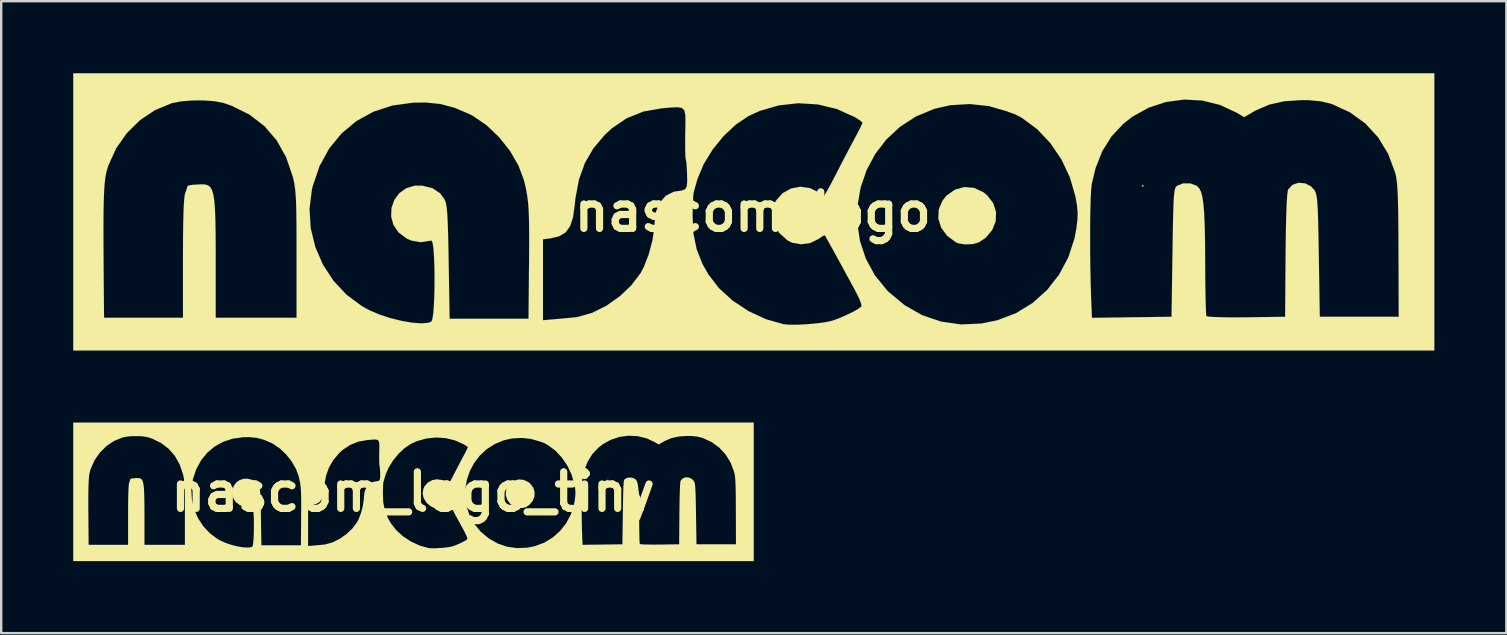
<source format=kicad_pcb>
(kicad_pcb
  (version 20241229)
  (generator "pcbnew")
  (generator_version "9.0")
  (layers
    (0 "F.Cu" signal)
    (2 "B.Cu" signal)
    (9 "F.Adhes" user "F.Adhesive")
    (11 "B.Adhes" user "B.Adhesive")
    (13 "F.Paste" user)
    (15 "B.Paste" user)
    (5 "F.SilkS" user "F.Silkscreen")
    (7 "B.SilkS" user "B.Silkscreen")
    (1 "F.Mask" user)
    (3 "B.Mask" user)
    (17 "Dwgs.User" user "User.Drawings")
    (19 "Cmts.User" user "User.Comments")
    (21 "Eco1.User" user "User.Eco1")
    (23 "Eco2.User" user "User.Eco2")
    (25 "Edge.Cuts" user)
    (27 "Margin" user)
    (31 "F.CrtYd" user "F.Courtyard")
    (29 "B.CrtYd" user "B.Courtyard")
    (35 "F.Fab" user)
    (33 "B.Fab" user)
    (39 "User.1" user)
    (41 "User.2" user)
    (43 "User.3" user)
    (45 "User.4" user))
  (footprint "nascom_logo"
    (layer "F.Cu")
    (at 28.316 5.777)
    (property "Reference" "nascom_logo" (at 0 0 0) (layer "F.SilkS") (effects (font (size 1.524 1.524) (thickness 0.3))))
    (attr through_hole)
    (fp_poly (pts (xy 16.283 -1.083) (xy 16.243 -1.043) (xy 16.203 -1.083) (xy 16.243 -1.123) (xy 16.283 -1.083)) (stroke (width 0.003) (type solid)) (fill yes) (layer "F.SilkS"))
    (fp_poly (pts (xy 9.225 -0.996) (xy 9.61 -0.814) (xy 9.756 -0.697) (xy 10.015 -0.364) (xy 10.134 0.009) (xy 10.119 0.393) (xy 9.973 0.758) (xy 9.704 1.077) (xy 9.41 1.274) (xy 9.161 1.343) (xy 8.853 1.356) (xy 8.569 1.313) (xy 8.462 1.27) (xy 8.091 0.992) (xy 7.845 0.652) (xy 7.729 0.276) (xy 7.749 -0.109) (xy 7.909 -0.477) (xy 8.073 -0.678) (xy 8.426 -0.927) (xy 8.82 -1.034) (xy 9.225 -0.996)) (stroke (width 0.003) (type solid)) (fill yes) (layer "F.SilkS"))
    (fp_poly (pts (xy 28.395 5.775) (xy -28.314 5.775) (xy -28.314 0.541) (xy -27.056 0.541) (xy -27.055 1.226) (xy -27.051 2.043) (xy -27.045 2.827) (xy -27.031 4.412) (xy -23.742 4.412) (xy -23.742 1.93) (xy -23.74 1.105) (xy -23.731 0.434) (xy -23.717 -0.086) (xy -23.696 -0.461) (xy -23.67 -0.697) (xy -23.649 -0.777) (xy -23.586 -0.951) (xy -23.564 -1.049) (xy -23.516 -1.096) (xy -23.339 -1.127) (xy -23.018 -1.145) (xy -23.001 -1.146) (xy -22.847 -1.143) (xy -22.721 -1.115) (xy -22.62 -1.047) (xy -22.541 -0.925) (xy -22.481 -0.735) (xy -22.438 -0.463) (xy -22.409 -0.094) (xy -22.391 0.386) (xy -22.382 0.992) (xy -22.379 1.737) (xy -22.379 2.137) (xy -22.379 4.412) (xy -19.01 4.412) (xy -19.01 1.777) (xy -19.011 1.039) (xy -19.014 0.44) (xy -19.021 -0.039) (xy -19.023 -0.12) (xy -18.471 -0.12) (xy -18.421 0.681) (xy -18.232 1.46) (xy -17.914 2.195) (xy -17.478 2.865) (xy -16.932 3.45) (xy -16.288 3.928) (xy -15.997 4.089) (xy -15.578 4.27) (xy -15.117 4.423) (xy -14.647 4.54) (xy -14.203 4.617) (xy -13.816 4.646) (xy -13.522 4.622) (xy -13.395 4.574) (xy -13.351 4.472) (xy -13.316 4.245) (xy -13.289 3.922) (xy -13.271 3.53) (xy -13.261 3.097) (xy -13.26 2.651) (xy -13.268 2.219) (xy -13.284 1.831) (xy -13.309 1.512) (xy -13.342 1.292) (xy -13.385 1.198) (xy -13.395 1.197) (xy -13.835 1.264) (xy -14.229 1.196) (xy -14.429 1.106) (xy -14.763 0.854) (xy -14.974 0.542) (xy -15.068 0.196) (xy -15.054 -0.157) (xy -14.94 -0.489) (xy -14.734 -0.774) (xy -14.444 -0.983) (xy -14.077 -1.092) (xy -13.78 -1.092) (xy -13.349 -0.987) (xy -13.029 -0.773) (xy -12.85 -0.53) (xy -12.809 -0.437) (xy -12.777 -0.31) (xy -12.75 -0.13) (xy -12.729 0.12) (xy -12.712 0.461) (xy -12.697 0.91) (xy -12.684 1.485) (xy -12.673 2.085) (xy -12.633 4.452) (xy -9.345 4.452) (xy -9.323 2.092) (xy -9.318 1.364) (xy -9.318 1.144) (xy -8.743 1.144) (xy -8.743 4.516) (xy -8.081 4.458) (xy -7.759 4.429) (xy -7.49 4.403) (xy -7.322 4.384) (xy -7.299 4.381) (xy -6.707 4.213) (xy -6.112 3.919) (xy -5.551 3.526) (xy -5.061 3.062) (xy -4.677 2.554) (xy -4.547 2.312) (xy -4.335 1.769) (xy -4.18 1.184) (xy -4.099 0.628) (xy -4.092 0.438) (xy -4.056 0.16) (xy -2.511 0.16) (xy -2.476 0.899) (xy -2.344 1.551) (xy -2.1 2.168) (xy -1.863 2.591) (xy -1.415 3.176) (xy -0.842 3.699) (xy -0.176 4.139) (xy 0.552 4.475) (xy 1.283 4.682) (xy 1.528 4.704) (xy 1.879 4.702) (xy 2.284 4.681) (xy 2.691 4.644) (xy 3.048 4.595) (xy 3.297 4.54) (xy 3.574 4.441) (xy 3.878 4.311) (xy 4.165 4.172) (xy 4.393 4.043) (xy 4.52 3.947) (xy 4.528 3.936) (xy 4.516 3.833) (xy 4.44 3.632) (xy 4.317 3.375) (xy 4.305 3.353) (xy 4.164 3.091) (xy 3.986 2.764) (xy 3.788 2.4) (xy 3.584 2.027) (xy 3.39 1.673) (xy 3.22 1.365) (xy 3.089 1.13) (xy 3.014 0.996) (xy 3.001 0.976) (xy 2.931 1) (xy 2.782 1.096) (xy 2.739 1.127) (xy 2.394 1.296) (xy 2.01 1.35) (xy 1.64 1.286) (xy 1.446 1.188) (xy 1.1 0.877) (xy 0.883 0.515) (xy 0.876 0.478) (xy 4.352 0.478) (xy 4.467 1.228) (xy 4.71 1.956) (xy 5.086 2.645) (xy 5.599 3.277) (xy 5.649 3.328) (xy 6.321 3.888) (xy 7.057 4.305) (xy 7.843 4.573) (xy 8.669 4.691) (xy 9.52 4.654) (xy 10.187 4.518) (xy 10.955 4.227) (xy 11.649 3.803) (xy 12.254 3.263) (xy 12.758 2.622) (xy 13.147 1.895) (xy 13.406 1.1) (xy 13.413 1.061) (xy 14.052 1.061) (xy 14.054 1.714) (xy 14.063 2.379) (xy 14.077 3.031) (xy 14.097 3.645) (xy 14.1 3.711) (xy 14.129 4.415) (xy 17.446 4.371) (xy 17.486 1.698) (xy 17.497 0.971) (xy 17.508 0.388) (xy 17.519 -0.069) (xy 17.532 -0.415) (xy 17.548 -0.667) (xy 17.567 -0.842) (xy 17.592 -0.958) (xy 17.624 -1.029) (xy 17.662 -1.074) (xy 17.682 -1.089) (xy 17.933 -1.187) (xy 18.229 -1.186) (xy 18.489 -1.087) (xy 18.522 -1.063) (xy 18.607 -0.966) (xy 18.677 -0.821) (xy 18.732 -0.611) (xy 18.774 -0.322) (xy 18.805 0.063) (xy 18.826 0.558) (xy 18.84 1.18) (xy 18.846 1.943) (xy 18.847 2.134) (xy 18.85 2.705) (xy 18.856 3.225) (xy 18.865 3.67) (xy 18.875 4.02) (xy 18.886 4.252) (xy 18.898 4.344) (xy 18.988 4.365) (xy 19.213 4.381) (xy 19.55 4.392) (xy 19.972 4.397) (xy 20.456 4.395) (xy 20.56 4.394) (xy 22.178 4.371) (xy 22.198 1.805) (xy 22.207 0.958) (xy 22.221 0.264) (xy 22.24 -0.275) (xy 22.263 -0.657) (xy 22.291 -0.88) (xy 22.307 -0.934) (xy 22.487 -1.127) (xy 22.737 -1.211) (xy 23.012 -1.187) (xy 23.264 -1.056) (xy 23.401 -0.904) (xy 23.441 -0.828) (xy 23.473 -0.724) (xy 23.5 -0.573) (xy 23.521 -0.359) (xy 23.538 -0.063) (xy 23.552 0.333) (xy 23.564 0.845) (xy 23.576 1.492) (xy 23.582 1.841) (xy 23.622 4.371) (xy 26.911 4.371) (xy 26.902 1.604) (xy 26.899 0.83) (xy 26.893 0.198) (xy 26.884 -0.309) (xy 26.872 -0.711) (xy 26.854 -1.026) (xy 26.832 -1.27) (xy 26.803 -1.464) (xy 26.767 -1.624) (xy 26.761 -1.644) (xy 26.469 -2.424) (xy 26.053 -3.106) (xy 25.522 -3.683) (xy 24.883 -4.146) (xy 24.145 -4.486) (xy 24.08 -4.508) (xy 23.676 -4.606) (xy 23.193 -4.652) (xy 22.878 -4.658) (xy 22.147 -4.611) (xy 21.517 -4.47) (xy 20.951 -4.226) (xy 20.852 -4.17) (xy 20.473 -3.946) (xy 20.163 -4.131) (xy 19.465 -4.457) (xy 18.725 -4.639) (xy 17.967 -4.679) (xy 17.214 -4.578) (xy 16.489 -4.341) (xy 15.816 -3.967) (xy 15.446 -3.679) (xy 14.946 -3.147) (xy 14.559 -2.53) (xy 14.276 -1.81) (xy 14.121 -1.163) (xy 14.097 -0.94) (xy 14.077 -0.581) (xy 14.063 -0.112) (xy 14.055 0.444) (xy 14.052 1.061) (xy 13.413 1.061) (xy 13.477 0.718) (xy 13.525 0.335) (xy 13.535 0.03) (xy 13.507 -0.274) (xy 13.441 -0.646) (xy 13.211 -1.439) (xy 12.858 -2.186) (xy 12.399 -2.862) (xy 11.852 -3.442) (xy 11.235 -3.901) (xy 11.087 -3.985) (xy 10.928 -4.064) (xy 10.847 -4.097) (xy 10.735 -4.134) (xy 10.588 -4.19) (xy 9.833 -4.409) (xy 9.03 -4.494) (xy 8.223 -4.444) (xy 7.558 -4.292) (xy 6.796 -3.975) (xy 6.129 -3.543) (xy 5.561 -3.015) (xy 5.096 -2.408) (xy 4.739 -1.738) (xy 4.493 -1.022) (xy 4.362 -0.278) (xy 4.352 0.478) (xy 0.876 0.478) (xy 0.803 0.127) (xy 0.865 -0.261) (xy 0.962 -0.462) (xy 1.238 -0.775) (xy 1.593 -0.973) (xy 1.989 -1.046) (xy 2.387 -0.988) (xy 2.671 -0.848) (xy 2.957 -0.654) (xy 3.067 -0.828) (xy 3.152 -0.975) (xy 3.285 -1.223) (xy 3.445 -1.53) (xy 3.524 -1.684) (xy 3.733 -2.09) (xy 3.97 -2.542) (xy 4.188 -2.953) (xy 4.222 -3.016) (xy 4.375 -3.306) (xy 4.495 -3.541) (xy 4.563 -3.686) (xy 4.572 -3.714) (xy 4.509 -3.779) (xy 4.347 -3.889) (xy 4.231 -3.958) (xy 3.498 -4.287) (xy 2.711 -4.477) (xy 1.897 -4.527) (xy 1.083 -4.438) (xy 0.293 -4.209) (xy -0.178 -3.994) (xy -0.709 -3.637) (xy -1.218 -3.16) (xy -1.674 -2.599) (xy -2.046 -1.993) (xy -2.304 -1.381) (xy -2.332 -1.283) (xy -2.401 -1.04) (xy -2.454 -0.849) (xy -2.466 -0.802) (xy -2.481 -0.675) (xy -2.495 -0.427) (xy -2.506 -0.098) (xy -2.511 0.16) (xy -4.056 0.16) (xy -4.033 -0.014) (xy -3.87 -0.393) (xy -3.621 -0.674) (xy -3.301 -0.834) (xy -3.174 -0.857) (xy -2.948 -0.888) (xy -2.815 -0.945) (xy -2.75 -1.065) (xy -2.733 -1.281) (xy -2.738 -1.543) (xy -2.751 -1.838) (xy -2.77 -2.071) (xy -2.792 -2.194) (xy -2.793 -2.198) (xy -2.807 -2.302) (xy -2.815 -2.533) (xy -2.818 -2.859) (xy -2.815 -3.246) (xy -2.814 -3.294) (xy -2.805 -3.736) (xy -2.811 -4.04) (xy -2.854 -4.23) (xy -2.955 -4.329) (xy -3.137 -4.361) (xy -3.423 -4.348) (xy -3.791 -4.317) (xy -4.557 -4.182) (xy -5.253 -3.902) (xy -5.879 -3.478) (xy -6.171 -3.207) (xy -6.646 -2.642) (xy -7 -2.031) (xy -7.245 -1.346) (xy -7.393 -0.559) (xy -7.421 -0.281) (xy -7.492 0.228) (xy -7.615 0.601) (xy -7.802 0.857) (xy -8.07 1.018) (xy -8.419 1.101) (xy -8.743 1.144) (xy -9.318 1.144) (xy -9.319 0.773) (xy -9.326 0.294) (xy -9.341 -0.097) (xy -9.367 -0.422) (xy -9.404 -0.707) (xy -9.453 -0.974) (xy -9.517 -1.249) (xy -9.533 -1.313) (xy -9.762 -1.929) (xy -10.118 -2.542) (xy -10.573 -3.115) (xy -11.095 -3.612) (xy -11.657 -3.997) (xy -11.797 -4.07) (xy -12.424 -4.337) (xy -13.014 -4.495) (xy -13.632 -4.558) (xy -14.157 -4.55) (xy -15.02 -4.431) (xy -15.81 -4.173) (xy -16.518 -3.784) (xy -17.134 -3.271) (xy -17.648 -2.644) (xy -18.052 -1.91) (xy -18.336 -1.078) (xy -18.373 -0.922) (xy -18.471 -0.12) (xy -19.023 -0.12) (xy -19.031 -0.419) (xy -19.048 -0.72) (xy -19.07 -0.961) (xy -19.1 -1.165) (xy -19.137 -1.35) (xy -19.165 -1.465) (xy -19.446 -2.281) (xy -19.841 -2.985) (xy -20.35 -3.576) (xy -20.972 -4.054) (xy -21.708 -4.419) (xy -22.058 -4.54) (xy -22.415 -4.61) (xy -22.867 -4.644) (xy -23.356 -4.642) (xy -23.819 -4.605) (xy -24.198 -4.532) (xy -24.213 -4.528) (xy -24.908 -4.24) (xy -25.538 -3.818) (xy -26.084 -3.28) (xy -26.527 -2.647) (xy -26.849 -1.938) (xy -26.912 -1.739) (xy -26.951 -1.579) (xy -26.983 -1.388) (xy -27.009 -1.152) (xy -27.029 -0.856) (xy -27.043 -0.485) (xy -27.052 -0.024) (xy -27.056 0.541) (xy -28.314 0.541) (xy -28.314 -5.775) (xy 28.395 -5.775) (xy 28.395 5.775)) (stroke (width 0.003) (type solid)) (fill yes) (layer "F.SilkS")))
  (footprint "nascom_logo_tiny"
    (layer "F.Cu")
    (at 14.158 17.442)
    (property "Reference" "nascom_logo_tiny" (at 0 0 0) (layer "F.SilkS") (effects (font (size 1.524 1.524) (thickness 0.3))))
    (attr through_hole)
    (fp_poly (pts (xy 8.141 -0.541) (xy 8.121 -0.521) (xy 8.101 -0.541) (xy 8.121 -0.561) (xy 8.141 -0.541)) (stroke (width 0.002) (type solid)) (fill yes) (layer "F.SilkS"))
    (fp_poly (pts (xy 4.612 -0.498) (xy 4.805 -0.407) (xy 4.878 -0.348) (xy 5.008 -0.182) (xy 5.067 0.005) (xy 5.059 0.196) (xy 4.987 0.379) (xy 4.852 0.538) (xy 4.705 0.637) (xy 4.581 0.672) (xy 4.426 0.678) (xy 4.284 0.656) (xy 4.231 0.635) (xy 4.046 0.496) (xy 3.923 0.326) (xy 3.865 0.138) (xy 3.874 -0.055) (xy 3.954 -0.239) (xy 4.037 -0.339) (xy 4.213 -0.464) (xy 4.41 -0.517) (xy 4.612 -0.498)) (stroke (width 0.002) (type solid)) (fill yes) (layer "F.SilkS"))
    (fp_poly (pts (xy 14.197 2.888) (xy -14.157 2.888) (xy -14.157 0.271) (xy -13.528 0.271) (xy -13.528 0.613) (xy -13.525 1.022) (xy -13.522 1.414) (xy -13.515 2.206) (xy -11.871 2.206) (xy -11.871 0.965) (xy -11.87 0.552) (xy -11.866 0.217) (xy -11.858 -0.043) (xy -11.848 -0.231) (xy -11.835 -0.349) (xy -11.825 -0.388) (xy -11.793 -0.475) (xy -11.782 -0.525) (xy -11.758 -0.548) (xy -11.669 -0.563) (xy -11.509 -0.573) (xy -11.5 -0.573) (xy -11.424 -0.572) (xy -11.361 -0.558) (xy -11.31 -0.524) (xy -11.27 -0.463) (xy -11.241 -0.368) (xy -11.219 -0.232) (xy -11.205 -0.047) (xy -11.196 0.193) (xy -11.191 0.496) (xy -11.189 0.868) (xy -11.189 1.068) (xy -11.189 2.206) (xy -9.505 2.206) (xy -9.505 0.889) (xy -9.505 0.519) (xy -9.507 0.22) (xy -9.51 -0.02) (xy -9.511 -0.06) (xy -9.236 -0.06) (xy -9.21 0.341) (xy -9.116 0.73) (xy -8.957 1.097) (xy -8.739 1.432) (xy -8.466 1.725) (xy -8.144 1.964) (xy -7.998 2.044) (xy -7.789 2.135) (xy -7.558 2.211) (xy -7.324 2.27) (xy -7.101 2.309) (xy -6.908 2.323) (xy -6.761 2.311) (xy -6.698 2.287) (xy -6.676 2.236) (xy -6.658 2.123) (xy -6.644 1.961) (xy -6.635 1.765) (xy -6.631 1.548) (xy -6.63 1.325) (xy -6.634 1.11) (xy -6.642 0.915) (xy -6.654 0.756) (xy -6.671 0.646) (xy -6.692 0.599) (xy -6.698 0.598) (xy -6.917 0.632) (xy -7.114 0.598) (xy -7.215 0.553) (xy -7.382 0.427) (xy -7.487 0.271) (xy -7.534 0.098) (xy -7.527 -0.078) (xy -7.47 -0.245) (xy -7.367 -0.387) (xy -7.222 -0.492) (xy -7.039 -0.546) (xy -6.89 -0.546) (xy -6.674 -0.494) (xy -6.514 -0.386) (xy -6.425 -0.265) (xy -6.405 -0.219) (xy -6.388 -0.155) (xy -6.375 -0.065) (xy -6.365 0.06) (xy -6.356 0.23) (xy -6.349 0.455) (xy -6.342 0.742) (xy -6.337 1.043) (xy -6.317 2.226) (xy -4.672 2.226) (xy -4.662 1.046) (xy -4.659 0.682) (xy -4.659 0.572) (xy -4.371 0.572) (xy -4.371 2.258) (xy -4.041 2.229) (xy -3.879 2.215) (xy -3.745 2.201) (xy -3.661 2.192) (xy -3.65 2.19) (xy -3.353 2.106) (xy -3.056 1.959) (xy -2.775 1.763) (xy -2.53 1.531) (xy -2.339 1.277) (xy -2.273 1.156) (xy -2.167 0.884) (xy -2.09 0.592) (xy -2.05 0.314) (xy -2.046 0.219) (xy -2.028 0.08) (xy -1.255 0.08) (xy -1.238 0.449) (xy -1.172 0.776) (xy -1.05 1.084) (xy -0.932 1.296) (xy -0.707 1.588) (xy -0.421 1.85) (xy -0.088 2.069) (xy 0.276 2.238) (xy 0.642 2.341) (xy 0.764 2.352) (xy 0.939 2.351) (xy 1.142 2.34) (xy 1.345 2.322) (xy 1.524 2.297) (xy 1.648 2.27) (xy 1.787 2.22) (xy 1.939 2.156) (xy 2.082 2.086) (xy 2.197 2.022) (xy 2.26 1.973) (xy 2.264 1.968) (xy 2.258 1.916) (xy 2.22 1.816) (xy 2.158 1.688) (xy 2.153 1.677) (xy 2.082 1.545) (xy 1.993 1.382) (xy 1.894 1.2) (xy 1.792 1.014) (xy 1.695 0.836) (xy 1.61 0.682) (xy 1.545 0.565) (xy 1.507 0.498) (xy 1.501 0.488) (xy 1.465 0.5) (xy 1.391 0.548) (xy 1.369 0.564) (xy 1.197 0.648) (xy 1.005 0.675) (xy 0.82 0.643) (xy 0.723 0.594) (xy 0.55 0.439) (xy 0.442 0.257) (xy 0.438 0.239) (xy 2.176 0.239) (xy 2.233 0.614) (xy 2.355 0.978) (xy 2.543 1.322) (xy 2.8 1.638) (xy 2.825 1.664) (xy 3.161 1.944) (xy 3.528 2.152) (xy 3.922 2.287) (xy 4.334 2.345) (xy 4.76 2.327) (xy 5.093 2.259) (xy 5.477 2.114) (xy 5.824 1.902) (xy 6.127 1.631) (xy 6.379 1.311) (xy 6.573 0.948) (xy 6.703 0.55) (xy 6.707 0.53) (xy 7.026 0.53) (xy 7.027 0.857) (xy 7.031 1.19) (xy 7.038 1.516) (xy 7.049 1.823) (xy 7.05 1.856) (xy 7.064 2.207) (xy 8.723 2.186) (xy 8.743 0.849) (xy 8.749 0.485) (xy 8.754 0.194) (xy 8.76 -0.034) (xy 8.766 -0.207) (xy 8.774 -0.333) (xy 8.784 -0.421) (xy 8.796 -0.479) (xy 8.812 -0.515) (xy 8.831 -0.537) (xy 8.841 -0.545) (xy 8.967 -0.594) (xy 9.114 -0.593) (xy 9.244 -0.544) (xy 9.261 -0.531) (xy 9.304 -0.483) (xy 9.338 -0.41) (xy 9.366 -0.306) (xy 9.387 -0.161) (xy 9.403 0.031) (xy 9.413 0.279) (xy 9.42 0.59) (xy 9.423 0.971) (xy 9.423 1.067) (xy 9.425 1.353) (xy 9.428 1.612) (xy 9.432 1.835) (xy 9.437 2.01) (xy 9.443 2.126) (xy 9.449 2.172) (xy 9.494 2.183) (xy 9.607 2.191) (xy 9.775 2.196) (xy 9.986 2.198) (xy 10.228 2.197) (xy 10.28 2.197) (xy 11.089 2.186) (xy 11.099 0.902) (xy 11.104 0.479) (xy 11.111 0.132) (xy 11.12 -0.137) (xy 11.131 -0.328) (xy 11.145 -0.44) (xy 11.153 -0.467) (xy 11.243 -0.564) (xy 11.369 -0.606) (xy 11.506 -0.593) (xy 11.632 -0.528) (xy 11.701 -0.452) (xy 11.72 -0.414) (xy 11.737 -0.362) (xy 11.75 -0.287) (xy 11.76 -0.179) (xy 11.769 -0.031) (xy 11.776 0.166) (xy 11.782 0.422) (xy 11.788 0.746) (xy 11.791 0.921) (xy 11.811 2.186) (xy 13.455 2.186) (xy 13.451 0.802) (xy 13.449 0.415) (xy 13.447 0.099) (xy 13.442 -0.155) (xy 13.436 -0.356) (xy 13.427 -0.513) (xy 13.416 -0.635) (xy 13.401 -0.732) (xy 13.383 -0.812) (xy 13.381 -0.822) (xy 13.235 -1.212) (xy 13.027 -1.553) (xy 12.761 -1.842) (xy 12.441 -2.073) (xy 12.072 -2.243) (xy 12.04 -2.254) (xy 11.838 -2.303) (xy 11.596 -2.326) (xy 11.439 -2.329) (xy 11.074 -2.305) (xy 10.758 -2.235) (xy 10.476 -2.113) (xy 10.426 -2.085) (xy 10.237 -1.973) (xy 10.081 -2.066) (xy 9.732 -2.229) (xy 9.362 -2.319) (xy 8.983 -2.339) (xy 8.607 -2.289) (xy 8.244 -2.17) (xy 7.908 -1.984) (xy 7.723 -1.839) (xy 7.473 -1.574) (xy 7.279 -1.265) (xy 7.138 -0.905) (xy 7.061 -0.582) (xy 7.048 -0.47) (xy 7.039 -0.291) (xy 7.032 -0.056) (xy 7.027 0.222) (xy 7.026 0.53) (xy 6.707 0.53) (xy 6.739 0.359) (xy 6.762 0.167) (xy 6.768 0.015) (xy 6.754 -0.137) (xy 6.72 -0.323) (xy 6.606 -0.719) (xy 6.429 -1.093) (xy 6.199 -1.431) (xy 5.926 -1.721) (xy 5.617 -1.95) (xy 5.544 -1.992) (xy 5.464 -2.032) (xy 5.423 -2.048) (xy 5.367 -2.067) (xy 5.294 -2.095) (xy 4.916 -2.204) (xy 4.515 -2.247) (xy 4.111 -2.222) (xy 3.779 -2.146) (xy 3.398 -1.987) (xy 3.065 -1.772) (xy 2.781 -1.508) (xy 2.548 -1.204) (xy 2.369 -0.869) (xy 2.246 -0.511) (xy 2.181 -0.139) (xy 2.176 0.239) (xy 0.438 0.239) (xy 0.401 0.063) (xy 0.433 -0.131) (xy 0.481 -0.231) (xy 0.619 -0.388) (xy 0.797 -0.486) (xy 0.994 -0.523) (xy 1.194 -0.494) (xy 1.335 -0.424) (xy 1.479 -0.327) (xy 1.534 -0.414) (xy 1.576 -0.488) (xy 1.643 -0.612) (xy 1.722 -0.765) (xy 1.762 -0.842) (xy 1.867 -1.045) (xy 1.985 -1.271) (xy 2.094 -1.476) (xy 2.111 -1.508) (xy 2.188 -1.653) (xy 2.247 -1.77) (xy 2.281 -1.843) (xy 2.286 -1.857) (xy 2.254 -1.889) (xy 2.173 -1.944) (xy 2.116 -1.979) (xy 1.749 -2.143) (xy 1.356 -2.238) (xy 0.949 -2.264) (xy 0.541 -2.219) (xy 0.147 -2.105) (xy -0.089 -1.997) (xy -0.355 -1.819) (xy -0.609 -1.58) (xy -0.837 -1.299) (xy -1.023 -0.996) (xy -1.152 -0.69) (xy -1.166 -0.642) (xy -1.2 -0.52) (xy -1.227 -0.424) (xy -1.233 -0.401) (xy -1.241 -0.337) (xy -1.248 -0.214) (xy -1.253 -0.049) (xy -1.255 0.08) (xy -2.028 0.08) (xy -2.017 -0.007) (xy -1.935 -0.197) (xy -1.81 -0.337) (xy -1.651 -0.417) (xy -1.587 -0.429) (xy -1.474 -0.444) (xy -1.407 -0.473) (xy -1.375 -0.532) (xy -1.367 -0.641) (xy -1.369 -0.771) (xy -1.376 -0.919) (xy -1.385 -1.035) (xy -1.396 -1.097) (xy -1.397 -1.099) (xy -1.403 -1.151) (xy -1.408 -1.267) (xy -1.409 -1.43) (xy -1.408 -1.623) (xy -1.407 -1.647) (xy -1.403 -1.868) (xy -1.405 -2.02) (xy -1.427 -2.115) (xy -1.477 -2.165) (xy -1.569 -2.181) (xy -1.712 -2.174) (xy -1.895 -2.159) (xy -2.279 -2.091) (xy -2.626 -1.951) (xy -2.939 -1.739) (xy -3.086 -1.604) (xy -3.323 -1.321) (xy -3.5 -1.016) (xy -3.622 -0.673) (xy -3.696 -0.28) (xy -3.711 -0.14) (xy -3.746 0.114) (xy -3.807 0.3) (xy -3.901 0.429) (xy -4.035 0.509) (xy -4.21 0.55) (xy -4.371 0.572) (xy -4.659 0.572) (xy -4.659 0.386) (xy -4.663 0.147) (xy -4.671 -0.048) (xy -4.683 -0.211) (xy -4.702 -0.353) (xy -4.727 -0.487) (xy -4.759 -0.624) (xy -4.767 -0.657) (xy -4.881 -0.965) (xy -5.059 -1.271) (xy -5.286 -1.557) (xy -5.548 -1.806) (xy -5.828 -1.998) (xy -5.898 -2.035) (xy -6.212 -2.169) (xy -6.507 -2.248) (xy -6.816 -2.279) (xy -7.079 -2.275) (xy -7.51 -2.216) (xy -7.905 -2.086) (xy -8.259 -1.892) (xy -8.567 -1.636) (xy -8.824 -1.322) (xy -9.026 -0.955) (xy -9.168 -0.539) (xy -9.186 -0.461) (xy -9.236 -0.06) (xy -9.511 -0.06) (xy -9.516 -0.21) (xy -9.524 -0.36) (xy -9.535 -0.481) (xy -9.55 -0.582) (xy -9.569 -0.675) (xy -9.583 -0.732) (xy -9.723 -1.14) (xy -9.92 -1.493) (xy -10.175 -1.788) (xy -10.486 -2.027) (xy -10.854 -2.209) (xy -11.029 -2.27) (xy -11.207 -2.305) (xy -11.434 -2.322) (xy -11.678 -2.321) (xy -11.91 -2.302) (xy -12.099 -2.266) (xy -12.106 -2.264) (xy -12.454 -2.12) (xy -12.769 -1.909) (xy -13.042 -1.64) (xy -13.264 -1.324) (xy -13.424 -0.969) (xy -13.456 -0.869) (xy -13.475 -0.79) (xy -13.492 -0.694) (xy -13.504 -0.576) (xy -13.514 -0.428) (xy -13.521 -0.242) (xy -13.526 -0.012) (xy -13.528 0.271) (xy -14.157 0.271) (xy -14.157 -2.888) (xy 14.197 -2.888) (xy 14.197 2.888)) (stroke (width 0.002) (type solid)) (fill yes) (layer "F.SilkS")))
  (gr_rect
    (start -3 -3)
    (end 59.712 23.33)
    (stroke (width 0.1) (type default))
    (fill no)
    (layer "Edge.Cuts")))
</source>
